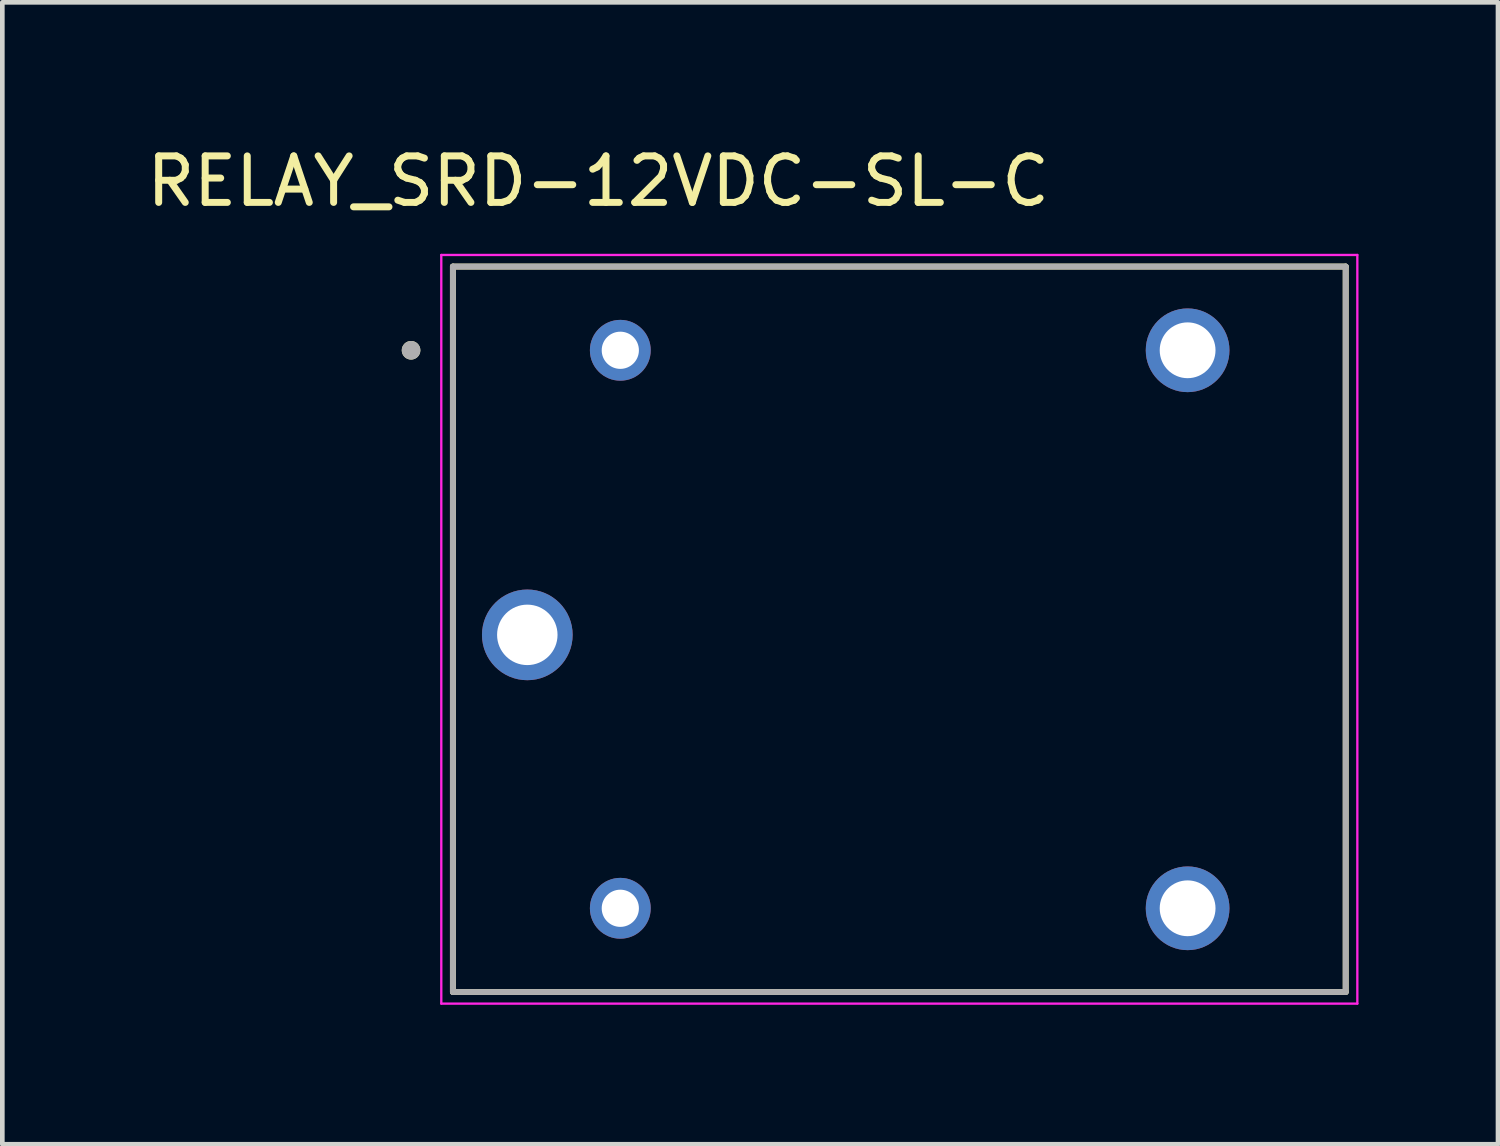
<source format=kicad_pcb>
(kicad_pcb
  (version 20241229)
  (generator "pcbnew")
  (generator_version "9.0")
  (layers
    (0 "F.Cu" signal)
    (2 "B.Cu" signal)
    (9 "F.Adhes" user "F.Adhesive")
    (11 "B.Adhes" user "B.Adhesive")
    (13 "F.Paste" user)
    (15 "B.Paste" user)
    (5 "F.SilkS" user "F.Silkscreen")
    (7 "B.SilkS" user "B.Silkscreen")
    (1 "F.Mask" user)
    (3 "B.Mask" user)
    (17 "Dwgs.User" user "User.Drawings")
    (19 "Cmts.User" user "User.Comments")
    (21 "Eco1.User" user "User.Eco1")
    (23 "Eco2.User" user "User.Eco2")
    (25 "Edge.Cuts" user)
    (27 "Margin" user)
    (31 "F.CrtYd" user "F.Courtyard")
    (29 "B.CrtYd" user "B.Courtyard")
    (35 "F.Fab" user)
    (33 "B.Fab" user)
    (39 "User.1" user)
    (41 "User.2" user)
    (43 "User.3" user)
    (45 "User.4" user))
  (footprint "RELAY_SRD-12VDC-SL-C"
    (layer "F.Cu")
    (at 16.39 10.483)
    (property "Reference" "RELAY_SRD-12VDC-SL-C" (at -6.575 -9.635 0) (layer "F.SilkS") (effects (font (size 1 1) (thickness 0.15))))
    (attr through_hole)
    (fp_line (start -9.7 -7.8) (end -9.7 7.8) (stroke (width 0.127) (type solid)) (layer "F.SilkS"))
    (fp_line (start -9.7 7.8) (end 9.5 7.8) (stroke (width 0.127) (type solid)) (layer "F.SilkS"))
    (fp_line (start 9.5 -7.8) (end -9.7 -7.8) (stroke (width 0.127) (type solid)) (layer "F.SilkS"))
    (fp_line (start 9.5 7.8) (end 9.5 -7.8) (stroke (width 0.127) (type solid)) (layer "F.SilkS"))
    (fp_circle (center -10.6 -6) (end -10.5 -6) (stroke (width 0.2) (type solid)) (fill no) (layer "F.SilkS"))
    (fp_line (start -9.95 -8.05) (end -9.95 8.05) (stroke (width 0.05) (type solid)) (layer "F.CrtYd"))
    (fp_line (start -9.95 8.05) (end 9.75 8.05) (stroke (width 0.05) (type solid)) (layer "F.CrtYd"))
    (fp_line (start 9.75 -8.05) (end -9.95 -8.05) (stroke (width 0.05) (type solid)) (layer "F.CrtYd"))
    (fp_line (start 9.75 8.05) (end 9.75 -8.05) (stroke (width 0.05) (type solid)) (layer "F.CrtYd"))
    (fp_line (start -9.7 -7.8) (end -9.7 7.8) (stroke (width 0.127) (type solid)) (layer "F.Fab"))
    (fp_line (start -9.7 7.8) (end 9.5 7.8) (stroke (width 0.127) (type solid)) (layer "F.Fab"))
    (fp_line (start 9.5 -7.8) (end -9.7 -7.8) (stroke (width 0.127) (type solid)) (layer "F.Fab"))
    (fp_line (start 9.5 7.8) (end 9.5 -7.8) (stroke (width 0.127) (type solid)) (layer "F.Fab"))
    (fp_circle (center -10.6 -6) (end -10.5 -6) (stroke (width 0.2) (type solid)) (fill no) (layer "F.Fab"))
    (pad "COIL1" thru_hole circle (at -6.1 -6) (size 1.308 1.308) (drill 0.8) (layers "*.Cu" "*.Mask"))
    (pad "COIL2" thru_hole circle (at -6.1 6) (size 1.308 1.308) (drill 0.8) (layers "*.Cu" "*.Mask"))
    (pad "COM" thru_hole circle (at -8.1 0.12) (size 1.95 1.95) (drill 1.3) (layers "*.Cu" "*.Mask"))
    (pad "NC" thru_hole circle (at 6.1 -6) (size 1.8 1.8) (drill 1.2) (layers "*.Cu" "*.Mask"))
    (pad "NO" thru_hole circle (at 6.1 6) (size 1.8 1.8) (drill 1.2) (layers "*.Cu" "*.Mask")))
  (gr_rect
    (start -3 -3)
    (end 29.165 21.558)
    (stroke (width 0.1) (type default))
    (fill no)
    (layer "Edge.Cuts")))
</source>
